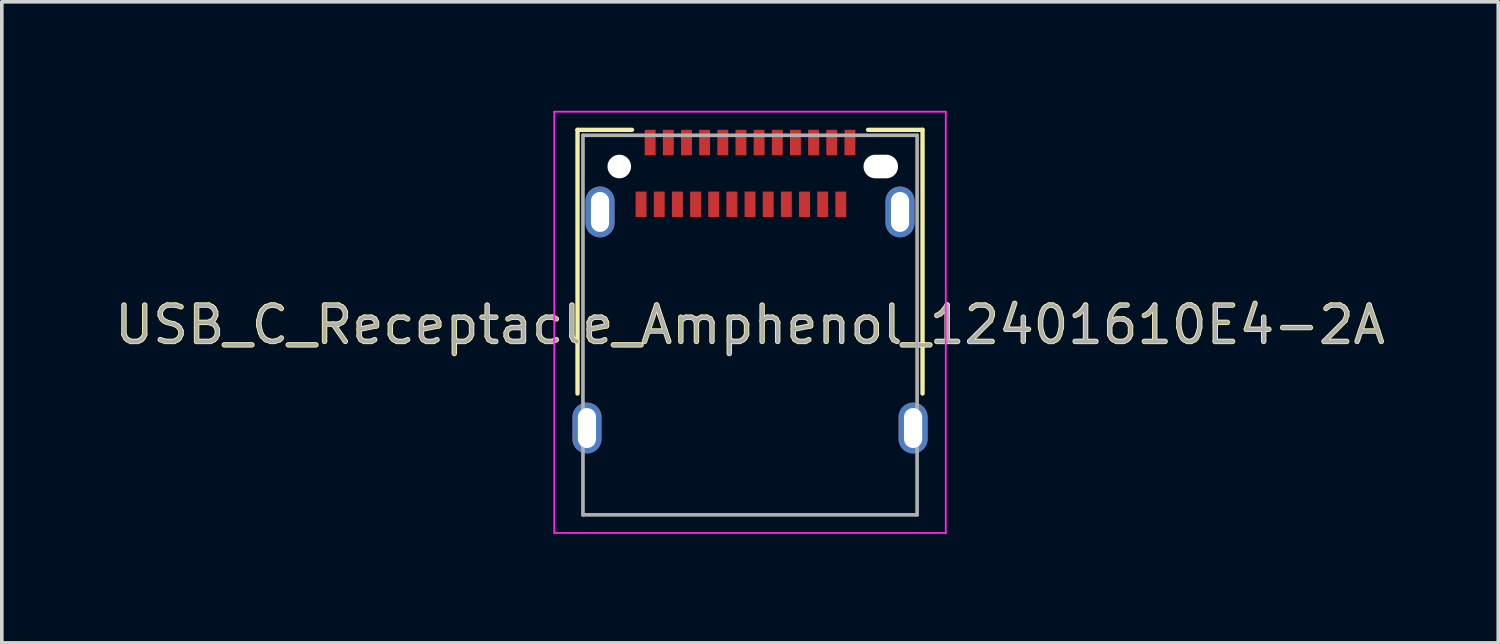
<source format=kicad_pcb>
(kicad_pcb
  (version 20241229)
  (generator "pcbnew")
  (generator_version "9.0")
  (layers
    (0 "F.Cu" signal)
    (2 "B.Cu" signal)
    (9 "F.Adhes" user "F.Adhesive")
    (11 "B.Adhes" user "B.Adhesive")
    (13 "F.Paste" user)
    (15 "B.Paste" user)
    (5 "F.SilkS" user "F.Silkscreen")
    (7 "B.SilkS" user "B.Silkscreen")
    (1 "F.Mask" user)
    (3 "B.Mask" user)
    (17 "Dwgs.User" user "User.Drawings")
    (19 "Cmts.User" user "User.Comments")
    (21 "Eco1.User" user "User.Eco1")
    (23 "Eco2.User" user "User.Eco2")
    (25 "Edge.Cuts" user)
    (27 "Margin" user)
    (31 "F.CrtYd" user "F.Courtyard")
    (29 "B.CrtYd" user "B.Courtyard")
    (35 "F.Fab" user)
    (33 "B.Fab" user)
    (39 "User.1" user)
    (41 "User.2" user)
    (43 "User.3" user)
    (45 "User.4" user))
  (footprint "USB_C_Receptacle_Amphenol_12401610E4-2A"
    (layer "F.Cu")
    (at 17.601 5.895)
    (property "Reference" "USB_C_Receptacle_Amphenol_12401610E4-2A" (at 0 0 0) (layer "F.SilkS") (effects (font (size 1 1) (thickness 0.15))))
    (attr smd)
    (fp_line (start -4.75 -5.37) (end -4.75 1.89) (stroke (width 0.12) (type solid)) (layer "F.SilkS"))
    (fp_line (start -4.75 -5.37) (end -3.25 -5.37) (stroke (width 0.12) (type solid)) (layer "F.SilkS"))
    (fp_line (start 3.25 -5.37) (end 4.75 -5.37) (stroke (width 0.12) (type solid)) (layer "F.SilkS"))
    (fp_line (start 4.75 -5.37) (end 4.75 1.89) (stroke (width 0.12) (type solid)) (layer "F.SilkS"))
    (fp_line (start -5.39 -5.87) (end 5.39 -5.87) (stroke (width 0.05) (type solid)) (layer "F.CrtYd"))
    (fp_line (start -5.39 5.73) (end -5.39 -5.87) (stroke (width 0.05) (type solid)) (layer "F.CrtYd"))
    (fp_line (start 5.39 -5.87) (end 5.39 5.73) (stroke (width 0.05) (type solid)) (layer "F.CrtYd"))
    (fp_line (start 5.39 5.73) (end -5.39 5.73) (stroke (width 0.05) (type solid)) (layer "F.CrtYd"))
    (fp_line (start -4.6 -5.22) (end 4.6 -5.22) (stroke (width 0.1) (type solid)) (layer "F.Fab"))
    (fp_line (start -4.6 5.23) (end -4.6 -5.22) (stroke (width 0.1) (type solid)) (layer "F.Fab"))
    (fp_line (start -4.6 5.23) (end 4.6 5.23) (stroke (width 0.1) (type solid)) (layer "F.Fab"))
    (fp_line (start 4.6 5.23) (end 4.6 -5.22) (stroke (width 0.1) (type solid)) (layer "F.Fab"))
    (fp_text user "${REFERENCE}" (at 0 0 0) (layer "F.Fab") (effects (font (size 1 1) (thickness 0.1))))
    (pad "" np_thru_hole circle (at -3.6 -4.36) (size 0.65 0.65) (drill 0.65) (layers "*.Cu" "*.Mask"))
    (pad "" np_thru_hole oval (at 3.6 -4.36) (size 0.95 0.65) (drill oval 0.95 0.65) (layers "*.Cu" "*.Mask"))
    (pad "A1" smd rect (at -2.75 -5.02) (size 0.3 0.7) (layers "F.Cu" "F.Mask" "F.Paste"))
    (pad "A2" smd rect (at -2.25 -5.02) (size 0.3 0.7) (layers "F.Cu" "F.Mask" "F.Paste"))
    (pad "A3" smd rect (at -1.75 -5.02) (size 0.3 0.7) (layers "F.Cu" "F.Mask" "F.Paste"))
    (pad "A4" smd rect (at -1.25 -5.02) (size 0.3 0.7) (layers "F.Cu" "F.Mask" "F.Paste"))
    (pad "A5" smd rect (at -0.75 -5.02) (size 0.3 0.7) (layers "F.Cu" "F.Mask" "F.Paste"))
    (pad "A6" smd rect (at -0.25 -5.02) (size 0.3 0.7) (layers "F.Cu" "F.Mask" "F.Paste"))
    (pad "A7" smd rect (at 0.25 -5.02) (size 0.3 0.7) (layers "F.Cu" "F.Mask" "F.Paste"))
    (pad "A8" smd rect (at 0.75 -5.02) (size 0.3 0.7) (layers "F.Cu" "F.Mask" "F.Paste"))
    (pad "A9" smd rect (at 1.25 -5.02) (size 0.3 0.7) (layers "F.Cu" "F.Mask" "F.Paste"))
    (pad "A10" smd rect (at 1.75 -5.02) (size 0.3 0.7) (layers "F.Cu" "F.Mask" "F.Paste"))
    (pad "A11" smd rect (at 2.25 -5.02) (size 0.3 0.7) (layers "F.Cu" "F.Mask" "F.Paste"))
    (pad "A12" smd rect (at 2.75 -5.02) (size 0.3 0.7) (layers "F.Cu" "F.Mask" "F.Paste"))
    (pad "B1" smd rect (at 2.5 -3.32) (size 0.3 0.7) (layers "F.Cu" "F.Mask" "F.Paste"))
    (pad "B2" smd rect (at 2 -3.32) (size 0.3 0.7) (layers "F.Cu" "F.Mask" "F.Paste"))
    (pad "B3" smd rect (at 1.5 -3.32) (size 0.3 0.7) (layers "F.Cu" "F.Mask" "F.Paste"))
    (pad "B4" smd rect (at 1 -3.32) (size 0.3 0.7) (layers "F.Cu" "F.Mask" "F.Paste"))
    (pad "B5" smd rect (at 0.5 -3.32) (size 0.3 0.7) (layers "F.Cu" "F.Mask" "F.Paste"))
    (pad "B6" smd rect (at 0 -3.32) (size 0.3 0.7) (layers "F.Cu" "F.Mask" "F.Paste"))
    (pad "B7" smd rect (at -0.5 -3.32) (size 0.3 0.7) (layers "F.Cu" "F.Mask" "F.Paste"))
    (pad "B8" smd rect (at -1 -3.32) (size 0.3 0.7) (layers "F.Cu" "F.Mask" "F.Paste"))
    (pad "B9" smd rect (at -1.5 -3.32) (size 0.3 0.7) (layers "F.Cu" "F.Mask" "F.Paste"))
    (pad "B10" smd rect (at -2 -3.32) (size 0.3 0.7) (layers "F.Cu" "F.Mask" "F.Paste"))
    (pad "B11" smd rect (at -2.5 -3.32) (size 0.3 0.7) (layers "F.Cu" "F.Mask" "F.Paste"))
    (pad "B12" smd rect (at -3 -3.32) (size 0.3 0.7) (layers "F.Cu" "F.Mask" "F.Paste"))
    (pad "S1" thru_hole oval (at -4.49 2.84) (size 0.8 1.4) (drill oval 0.5 1.1) (layers "*.Cu" "*.Mask"))
    (pad "S1" thru_hole oval (at -4.13 -3.11) (size 0.8 1.4) (drill oval 0.5 1.1) (layers "*.Cu" "*.Mask"))
    (pad "S1" thru_hole oval (at 4.13 -3.11) (size 0.8 1.4) (drill oval 0.5 1.1) (layers "*.Cu" "*.Mask"))
    (pad "S1" thru_hole oval (at 4.49 2.84) (size 0.8 1.4) (drill oval 0.5 1.1) (layers "*.Cu" "*.Mask")))
  (gr_rect
    (start -3 -3)
    (end 38.202 14.65)
    (stroke (width 0.1) (type default))
    (fill no)
    (layer "Edge.Cuts")))
</source>
